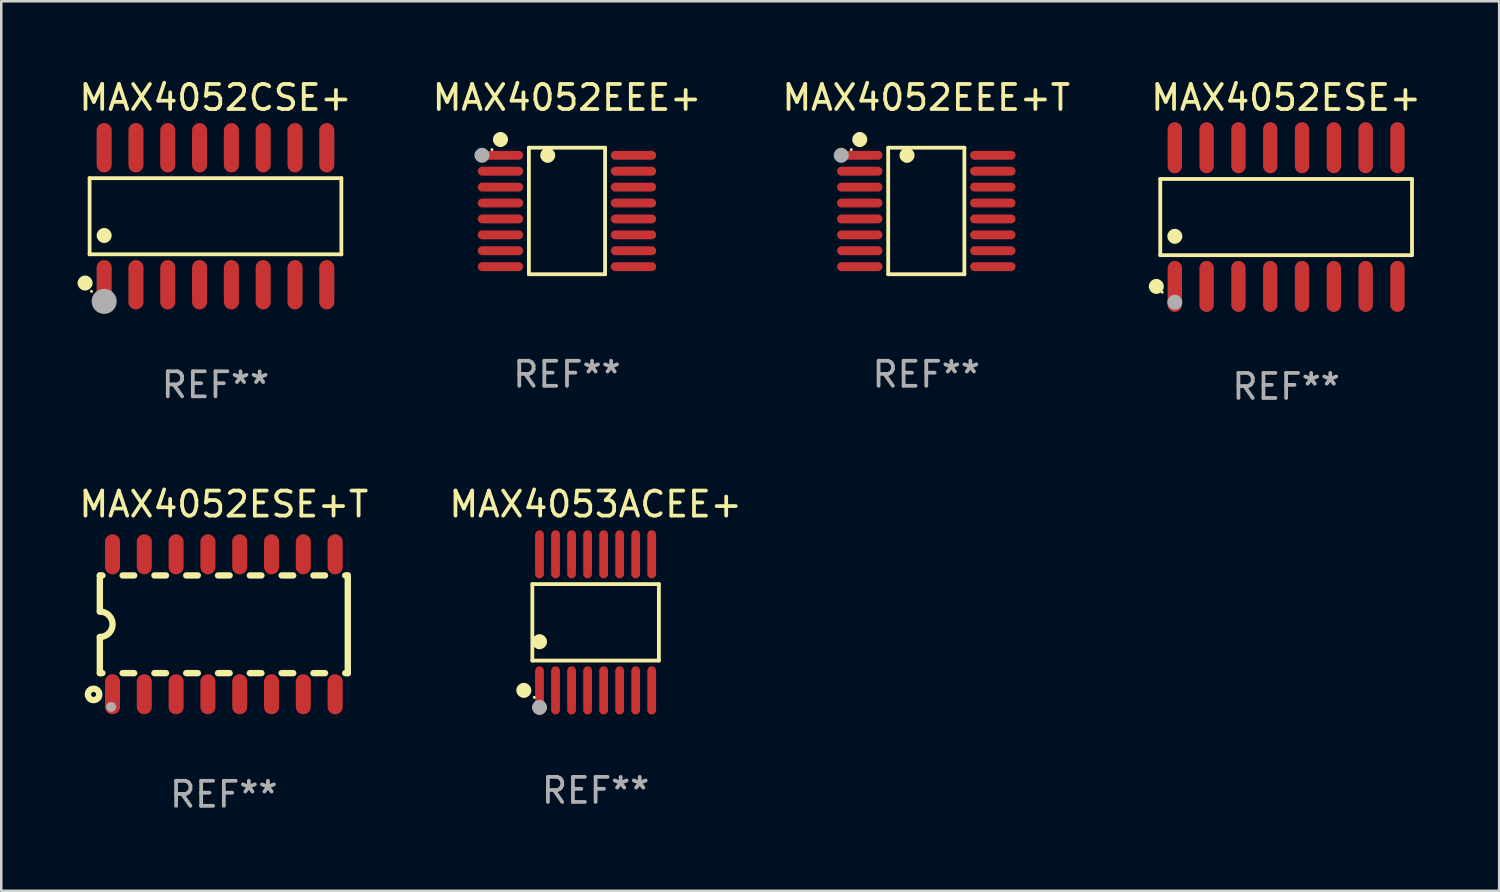
<source format=kicad_pcb>
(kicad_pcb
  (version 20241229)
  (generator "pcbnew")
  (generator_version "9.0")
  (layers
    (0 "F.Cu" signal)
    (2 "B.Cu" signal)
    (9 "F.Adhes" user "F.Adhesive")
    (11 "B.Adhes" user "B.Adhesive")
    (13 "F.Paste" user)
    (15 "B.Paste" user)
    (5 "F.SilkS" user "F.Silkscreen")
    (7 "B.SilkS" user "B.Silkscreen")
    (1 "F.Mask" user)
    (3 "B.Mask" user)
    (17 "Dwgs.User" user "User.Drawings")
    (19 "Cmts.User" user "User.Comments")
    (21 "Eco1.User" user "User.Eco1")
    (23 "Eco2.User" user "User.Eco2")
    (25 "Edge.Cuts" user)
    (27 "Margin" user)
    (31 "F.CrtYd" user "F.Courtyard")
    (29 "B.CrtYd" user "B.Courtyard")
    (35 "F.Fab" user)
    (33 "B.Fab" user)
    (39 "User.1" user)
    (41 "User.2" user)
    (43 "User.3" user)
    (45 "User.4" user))
  (footprint "MAX4052ESE+"
    (layer "F.Cu")
    (at 48.304 5.617)
    (property "Reference" "MAX4052ESE+" (at 0 -4.769 0) (layer "F.SilkS") (effects (font (size 1 1) (thickness 0.15))))
    (attr through_hole)
    (fp_line (start -5.026 -1.521) (end 5.026 -1.521) (stroke (width 0.152) (type solid)) (layer "F.SilkS"))
    (fp_line (start -5.026 1.521) (end -5.026 -1.521) (stroke (width 0.152) (type solid)) (layer "F.SilkS"))
    (fp_line (start 5.026 -1.521) (end 5.026 1.521) (stroke (width 0.152) (type solid)) (layer "F.SilkS"))
    (fp_line (start 5.026 1.521) (end -5.026 1.521) (stroke (width 0.152) (type solid)) (layer "F.SilkS"))
    (fp_circle (center -5.184 2.769) (end -5.034 2.769) (stroke (width 0.3) (type solid)) (fill no) (layer "F.SilkS"))
    (fp_circle (center -4.95 3) (end -4.92 3) (stroke (width 0.06) (type solid)) (fill no) (layer "F.SilkS"))
    (fp_circle (center -4.445 0.769) (end -4.295 0.769) (stroke (width 0.3) (type solid)) (fill no) (layer "F.SilkS"))
    (fp_circle (center -4.445 3.4) (end -4.295 3.4) (stroke (width 0.3) (type solid)) (fill no) (layer "F.Fab"))
    (fp_text user "REF**" (at 0 6.769 0) (layer "F.Fab") (effects (font (size 1 1) (thickness 0.15))))
    (pad "1" smd oval (at -4.445 2.769) (size 0.574 2.038) (layers "F.Cu" "F.Mask" "F.Paste"))
    (pad "2" smd oval (at -3.175 2.769) (size 0.574 2.038) (layers "F.Cu" "F.Mask" "F.Paste"))
    (pad "3" smd oval (at -1.905 2.769) (size 0.574 2.038) (layers "F.Cu" "F.Mask" "F.Paste"))
    (pad "4" smd oval (at -0.635 2.769) (size 0.574 2.038) (layers "F.Cu" "F.Mask" "F.Paste"))
    (pad "5" smd oval (at 0.635 2.769) (size 0.574 2.038) (layers "F.Cu" "F.Mask" "F.Paste"))
    (pad "6" smd oval (at 1.905 2.769) (size 0.574 2.038) (layers "F.Cu" "F.Mask" "F.Paste"))
    (pad "7" smd oval (at 3.175 2.769) (size 0.574 2.038) (layers "F.Cu" "F.Mask" "F.Paste"))
    (pad "8" smd oval (at 4.445 2.769) (size 0.574 2.038) (layers "F.Cu" "F.Mask" "F.Paste"))
    (pad "9" smd oval (at 4.445 -2.769) (size 0.574 2.038) (layers "F.Cu" "F.Mask" "F.Paste"))
    (pad "10" smd oval (at 3.175 -2.769) (size 0.574 2.038) (layers "F.Cu" "F.Mask" "F.Paste"))
    (pad "11" smd oval (at 1.905 -2.769) (size 0.574 2.038) (layers "F.Cu" "F.Mask" "F.Paste"))
    (pad "12" smd oval (at 0.635 -2.769) (size 0.574 2.038) (layers "F.Cu" "F.Mask" "F.Paste"))
    (pad "13" smd oval (at -0.635 -2.769) (size 0.574 2.038) (layers "F.Cu" "F.Mask" "F.Paste"))
    (pad "14" smd oval (at -1.905 -2.769) (size 0.574 2.038) (layers "F.Cu" "F.Mask" "F.Paste"))
    (pad "15" smd oval (at -3.175 -2.769) (size 0.574 2.038) (layers "F.Cu" "F.Mask" "F.Paste"))
    (pad "16" smd oval (at -4.445 -2.769) (size 0.574 2.038) (layers "F.Cu" "F.Mask" "F.Paste")))
  (footprint "MAX4052EEE+"
    (layer "F.Cu")
    (at 19.589 5.374)
    (property "Reference" "MAX4052EEE+" (at 0 -4.526 0) (layer "F.SilkS") (effects (font (size 1 1) (thickness 0.15))))
    (attr through_hole)
    (fp_line (start -1.521 -2.526) (end 1.521 -2.526) (stroke (width 0.152) (type solid)) (layer "F.SilkS"))
    (fp_line (start -1.521 2.526) (end -1.521 -2.526) (stroke (width 0.152) (type solid)) (layer "F.SilkS"))
    (fp_line (start 1.521 -2.526) (end 1.521 2.526) (stroke (width 0.152) (type solid)) (layer "F.SilkS"))
    (fp_line (start 1.521 2.526) (end -1.521 2.526) (stroke (width 0.152) (type solid)) (layer "F.SilkS"))
    (fp_circle (center -2.995 -2.45) (end -2.965 -2.45) (stroke (width 0.06) (type solid)) (fill no) (layer "F.SilkS"))
    (fp_circle (center -2.656 -2.853) (end -2.506 -2.853) (stroke (width 0.3) (type solid)) (fill no) (layer "F.SilkS"))
    (fp_circle (center -0.769 -2.223) (end -0.619 -2.223) (stroke (width 0.3) (type solid)) (fill no) (layer "F.SilkS"))
    (fp_circle (center -3.395 -2.223) (end -3.245 -2.223) (stroke (width 0.3) (type solid)) (fill no) (layer "F.Fab"))
    (fp_text user "REF**" (at 0 6.526 0) (layer "F.Fab") (effects (font (size 1 1) (thickness 0.15))))
    (pad "1" smd oval (at -2.656 -2.223 270) (size 0.356 1.813) (layers "F.Cu" "F.Mask" "F.Paste"))
    (pad "2" smd oval (at -2.656 -1.588 270) (size 0.356 1.813) (layers "F.Cu" "F.Mask" "F.Paste"))
    (pad "3" smd oval (at -2.656 -0.953 270) (size 0.356 1.813) (layers "F.Cu" "F.Mask" "F.Paste"))
    (pad "4" smd oval (at -2.656 -0.318 270) (size 0.356 1.813) (layers "F.Cu" "F.Mask" "F.Paste"))
    (pad "5" smd oval (at -2.656 0.318 270) (size 0.356 1.813) (layers "F.Cu" "F.Mask" "F.Paste"))
    (pad "6" smd oval (at -2.656 0.953 270) (size 0.356 1.813) (layers "F.Cu" "F.Mask" "F.Paste"))
    (pad "7" smd oval (at -2.656 1.588 270) (size 0.356 1.813) (layers "F.Cu" "F.Mask" "F.Paste"))
    (pad "8" smd oval (at -2.656 2.223 270) (size 0.356 1.813) (layers "F.Cu" "F.Mask" "F.Paste"))
    (pad "9" smd oval (at 2.656 2.223 270) (size 0.356 1.813) (layers "F.Cu" "F.Mask" "F.Paste"))
    (pad "10" smd oval (at 2.656 1.588 270) (size 0.356 1.813) (layers "F.Cu" "F.Mask" "F.Paste"))
    (pad "11" smd oval (at 2.656 0.953 270) (size 0.356 1.813) (layers "F.Cu" "F.Mask" "F.Paste"))
    (pad "12" smd oval (at 2.656 0.318 270) (size 0.356 1.813) (layers "F.Cu" "F.Mask" "F.Paste"))
    (pad "13" smd oval (at 2.656 -0.318 270) (size 0.356 1.813) (layers "F.Cu" "F.Mask" "F.Paste"))
    (pad "14" smd oval (at 2.656 -0.953 270) (size 0.356 1.813) (layers "F.Cu" "F.Mask" "F.Paste"))
    (pad "15" smd oval (at 2.656 -1.588 270) (size 0.356 1.813) (layers "F.Cu" "F.Mask" "F.Paste"))
    (pad "16" smd oval (at 2.656 -2.223 270) (size 0.356 1.813) (layers "F.Cu" "F.Mask" "F.Paste")))
  (footprint "MAX4052ESE+T"
    (layer "F.Cu")
    (at 5.887 21.877)
    (property "Reference" "MAX4052ESE+T" (at 0 -4.794 0) (layer "F.SilkS") (effects (font (size 1 1) (thickness 0.15))))
    (attr through_hole)
    (fp_line (start -4.95 -1.95) (end -4.95 -0.508) (stroke (width 0.254) (type solid)) (layer "F.SilkS"))
    (fp_line (start -4.95 -1.95) (end -4.849 -1.95) (stroke (width 0.254) (type solid)) (layer "F.SilkS"))
    (fp_line (start -4.95 1.95) (end -4.95 0.508) (stroke (width 0.254) (type solid)) (layer "F.SilkS"))
    (fp_line (start -4.95 1.95) (end -4.849 1.95) (stroke (width 0.254) (type solid)) (layer "F.SilkS"))
    (fp_line (start -4.041 -1.95) (end -3.579 -1.95) (stroke (width 0.254) (type solid)) (layer "F.SilkS"))
    (fp_line (start -4.041 1.95) (end -3.579 1.95) (stroke (width 0.254) (type solid)) (layer "F.SilkS"))
    (fp_line (start -2.771 -1.95) (end -2.309 -1.95) (stroke (width 0.254) (type solid)) (layer "F.SilkS"))
    (fp_line (start -2.771 1.95) (end -2.309 1.95) (stroke (width 0.254) (type solid)) (layer "F.SilkS"))
    (fp_line (start -1.501 -1.95) (end -1.039 -1.95) (stroke (width 0.254) (type solid)) (layer "F.SilkS"))
    (fp_line (start -1.501 1.95) (end -1.039 1.95) (stroke (width 0.254) (type solid)) (layer "F.SilkS"))
    (fp_line (start -0.231 -1.95) (end 0.231 -1.95) (stroke (width 0.254) (type solid)) (layer "F.SilkS"))
    (fp_line (start -0.231 1.95) (end 0.231 1.95) (stroke (width 0.254) (type solid)) (layer "F.SilkS"))
    (fp_line (start 1.039 -1.95) (end 1.501 -1.95) (stroke (width 0.254) (type solid)) (layer "F.SilkS"))
    (fp_line (start 1.039 1.95) (end 1.501 1.95) (stroke (width 0.254) (type solid)) (layer "F.SilkS"))
    (fp_line (start 2.309 -1.95) (end 2.771 -1.95) (stroke (width 0.254) (type solid)) (layer "F.SilkS"))
    (fp_line (start 2.309 1.95) (end 2.771 1.95) (stroke (width 0.254) (type solid)) (layer "F.SilkS"))
    (fp_line (start 3.579 -1.95) (end 4.041 -1.95) (stroke (width 0.254) (type solid)) (layer "F.SilkS"))
    (fp_line (start 3.579 1.95) (end 4.041 1.95) (stroke (width 0.254) (type solid)) (layer "F.SilkS"))
    (fp_line (start 4.849 -1.95) (end 4.95 -1.95) (stroke (width 0.254) (type solid)) (layer "F.SilkS"))
    (fp_line (start 4.849 1.95) (end 4.95 1.95) (stroke (width 0.254) (type solid)) (layer "F.SilkS"))
    (fp_line (start 4.95 -1.95) (end 4.95 1.95) (stroke (width 0.254) (type solid)) (layer "F.SilkS"))
    (fp_arc (start -4.95047 -0.508001) (mid -4.442469 -0.000228) (end -4.950013 0.508001) (stroke (width 0.254001) (type solid)) (layer "F.SilkS"))
    (fp_circle (center -5.2 2.8) (end -5.1 2.8) (stroke (width 0.254) (type solid)) (fill no) (layer "F.SilkS"))
    (fp_circle (center -4.95 2.947) (end -4.92 2.947) (stroke (width 0.06) (type solid)) (fill no) (layer "F.SilkS"))
    (fp_circle (center -4.5 3.3) (end -4.4 3.3) (stroke (width 0.2) (type solid)) (fill no) (layer "F.Fab"))
    (fp_text user "REF**" (at 0 6.794 0) (layer "F.Fab") (effects (font (size 1 1) (thickness 0.15))))
    (pad "1" smd oval (at -4.445 2.794) (size 0.6 1.6) (layers "F.Cu" "F.Mask" "F.Paste"))
    (pad "2" smd oval (at -3.175 2.794) (size 0.6 1.6) (layers "F.Cu" "F.Mask" "F.Paste"))
    (pad "3" smd oval (at -1.905 2.794) (size 0.6 1.6) (layers "F.Cu" "F.Mask" "F.Paste"))
    (pad "4" smd oval (at -0.635 2.794) (size 0.6 1.6) (layers "F.Cu" "F.Mask" "F.Paste"))
    (pad "5" smd oval (at 0.635 2.794) (size 0.6 1.6) (layers "F.Cu" "F.Mask" "F.Paste"))
    (pad "6" smd oval (at 1.905 2.794) (size 0.6 1.6) (layers "F.Cu" "F.Mask" "F.Paste"))
    (pad "7" smd oval (at 3.175 2.794) (size 0.6 1.6) (layers "F.Cu" "F.Mask" "F.Paste"))
    (pad "8" smd oval (at 4.445 2.794) (size 0.6 1.6) (layers "F.Cu" "F.Mask" "F.Paste"))
    (pad "9" smd oval (at 4.445 -2.794) (size 0.6 1.6) (layers "F.Cu" "F.Mask" "F.Paste"))
    (pad "10" smd oval (at 3.175 -2.794) (size 0.6 1.6) (layers "F.Cu" "F.Mask" "F.Paste"))
    (pad "11" smd oval (at 1.905 -2.794) (size 0.6 1.6) (layers "F.Cu" "F.Mask" "F.Paste"))
    (pad "12" smd oval (at 0.635 -2.794) (size 0.6 1.6) (layers "F.Cu" "F.Mask" "F.Paste"))
    (pad "13" smd oval (at -0.635 -2.794) (size 0.6 1.6) (layers "F.Cu" "F.Mask" "F.Paste"))
    (pad "14" smd oval (at -1.905 -2.794) (size 0.6 1.6) (layers "F.Cu" "F.Mask" "F.Paste"))
    (pad "15" smd oval (at -3.175 -2.794) (size 0.6 1.6) (layers "F.Cu" "F.Mask" "F.Paste"))
    (pad "16" smd oval (at -4.445 -2.794) (size 0.6 1.6) (layers "F.Cu" "F.Mask" "F.Paste")))
  (footprint "MAX4053ACEE+"
    (layer "F.Cu")
    (at 20.732 21.799)
    (property "Reference" "MAX4053ACEE+" (at 0 -4.716 0) (layer "F.SilkS") (effects (font (size 1 1) (thickness 0.15))))
    (attr through_hole)
    (fp_line (start -2.526 -1.526) (end 2.526 -1.526) (stroke (width 0.152) (type solid)) (layer "F.SilkS"))
    (fp_line (start -2.526 1.526) (end -2.526 -1.526) (stroke (width 0.152) (type solid)) (layer "F.SilkS"))
    (fp_line (start 2.526 -1.526) (end 2.526 1.526) (stroke (width 0.152) (type solid)) (layer "F.SilkS"))
    (fp_line (start 2.526 1.526) (end -2.526 1.526) (stroke (width 0.152) (type solid)) (layer "F.SilkS"))
    (fp_circle (center -2.867 2.716) (end -2.717 2.716) (stroke (width 0.3) (type solid)) (fill no) (layer "F.SilkS"))
    (fp_circle (center -2.45 2.997) (end -2.42 2.997) (stroke (width 0.06) (type solid)) (fill no) (layer "F.SilkS"))
    (fp_circle (center -2.24 0.774) (end -2.09 0.774) (stroke (width 0.3) (type solid)) (fill no) (layer "F.SilkS"))
    (fp_circle (center -2.24 3.398) (end -2.09 3.398) (stroke (width 0.3) (type solid)) (fill no) (layer "F.Fab"))
    (fp_text user "REF**" (at 0 6.716 0) (layer "F.Fab") (effects (font (size 1 1) (thickness 0.15))))
    (pad "1" smd oval (at -2.24 2.716) (size 0.35 1.922) (layers "F.Cu" "F.Mask" "F.Paste"))
    (pad "2" smd oval (at -1.6 2.716) (size 0.35 1.922) (layers "F.Cu" "F.Mask" "F.Paste"))
    (pad "3" smd oval (at -0.96 2.716) (size 0.35 1.922) (layers "F.Cu" "F.Mask" "F.Paste"))
    (pad "4" smd oval (at -0.32 2.716) (size 0.35 1.922) (layers "F.Cu" "F.Mask" "F.Paste"))
    (pad "5" smd oval (at 0.32 2.716) (size 0.35 1.922) (layers "F.Cu" "F.Mask" "F.Paste"))
    (pad "6" smd oval (at 0.96 2.716) (size 0.35 1.922) (layers "F.Cu" "F.Mask" "F.Paste"))
    (pad "7" smd oval (at 1.6 2.716) (size 0.35 1.922) (layers "F.Cu" "F.Mask" "F.Paste"))
    (pad "8" smd oval (at 2.24 2.716) (size 0.35 1.922) (layers "F.Cu" "F.Mask" "F.Paste"))
    (pad "9" smd oval (at 2.24 -2.716) (size 0.35 1.922) (layers "F.Cu" "F.Mask" "F.Paste"))
    (pad "10" smd oval (at 1.6 -2.716) (size 0.35 1.922) (layers "F.Cu" "F.Mask" "F.Paste"))
    (pad "11" smd oval (at 0.96 -2.716) (size 0.35 1.922) (layers "F.Cu" "F.Mask" "F.Paste"))
    (pad "12" smd oval (at 0.32 -2.716) (size 0.35 1.922) (layers "F.Cu" "F.Mask" "F.Paste"))
    (pad "13" smd oval (at -0.32 -2.716) (size 0.35 1.922) (layers "F.Cu" "F.Mask" "F.Paste"))
    (pad "14" smd oval (at -0.96 -2.716) (size 0.35 1.922) (layers "F.Cu" "F.Mask" "F.Paste"))
    (pad "15" smd oval (at -1.6 -2.716) (size 0.35 1.922) (layers "F.Cu" "F.Mask" "F.Paste"))
    (pad "16" smd oval (at -2.24 -2.716) (size 0.35 1.922) (layers "F.Cu" "F.Mask" "F.Paste")))
  (footprint "MAX4052CSE+"
    (layer "F.Cu")
    (at 5.554 5.584)
    (property "Reference" "MAX4052CSE+" (at 0 -4.736 0) (layer "F.SilkS") (effects (font (size 1 1) (thickness 0.15))))
    (attr through_hole)
    (fp_line (start -5.026 -1.521) (end 5.026 -1.521) (stroke (width 0.152) (type solid)) (layer "F.SilkS"))
    (fp_line (start -5.026 1.521) (end -5.026 -1.521) (stroke (width 0.152) (type solid)) (layer "F.SilkS"))
    (fp_line (start 5.026 -1.521) (end 5.026 1.521) (stroke (width 0.152) (type solid)) (layer "F.SilkS"))
    (fp_line (start 5.026 1.521) (end -5.026 1.521) (stroke (width 0.152) (type solid)) (layer "F.SilkS"))
    (fp_circle (center -5.207 2.667) (end -5.057 2.667) (stroke (width 0.3) (type solid)) (fill no) (layer "F.SilkS"))
    (fp_circle (center -4.95 3) (end -4.92 3) (stroke (width 0.06) (type solid)) (fill no) (layer "F.SilkS"))
    (fp_circle (center -4.445 0.769) (end -4.295 0.769) (stroke (width 0.3) (type solid)) (fill no) (layer "F.SilkS"))
    (fp_circle (center -4.445 3.4) (end -4.195 3.4) (stroke (width 0.5) (type solid)) (fill no) (layer "F.Fab"))
    (fp_text user "REF**" (at 0 6.736 0) (layer "F.Fab") (effects (font (size 1 1) (thickness 0.15))))
    (pad "1" smd oval (at -4.445 2.736) (size 0.602 1.971) (layers "F.Cu" "F.Mask" "F.Paste"))
    (pad "2" smd oval (at -3.175 2.736) (size 0.602 1.971) (layers "F.Cu" "F.Mask" "F.Paste"))
    (pad "3" smd oval (at -1.905 2.736) (size 0.602 1.971) (layers "F.Cu" "F.Mask" "F.Paste"))
    (pad "4" smd oval (at -0.635 2.736) (size 0.602 1.971) (layers "F.Cu" "F.Mask" "F.Paste"))
    (pad "5" smd oval (at 0.635 2.736) (size 0.602 1.971) (layers "F.Cu" "F.Mask" "F.Paste"))
    (pad "6" smd oval (at 1.905 2.736) (size 0.602 1.971) (layers "F.Cu" "F.Mask" "F.Paste"))
    (pad "7" smd oval (at 3.175 2.736) (size 0.602 1.971) (layers "F.Cu" "F.Mask" "F.Paste"))
    (pad "8" smd oval (at 4.445 2.736) (size 0.602 1.971) (layers "F.Cu" "F.Mask" "F.Paste"))
    (pad "9" smd oval (at 4.445 -2.736) (size 0.602 1.971) (layers "F.Cu" "F.Mask" "F.Paste"))
    (pad "10" smd oval (at 3.175 -2.736) (size 0.602 1.971) (layers "F.Cu" "F.Mask" "F.Paste"))
    (pad "11" smd oval (at 1.905 -2.736) (size 0.602 1.971) (layers "F.Cu" "F.Mask" "F.Paste"))
    (pad "12" smd oval (at 0.635 -2.736) (size 0.602 1.971) (layers "F.Cu" "F.Mask" "F.Paste"))
    (pad "13" smd oval (at -0.635 -2.736) (size 0.602 1.971) (layers "F.Cu" "F.Mask" "F.Paste"))
    (pad "14" smd oval (at -1.905 -2.736) (size 0.602 1.971) (layers "F.Cu" "F.Mask" "F.Paste"))
    (pad "15" smd oval (at -3.175 -2.736) (size 0.602 1.971) (layers "F.Cu" "F.Mask" "F.Paste"))
    (pad "16" smd oval (at -4.445 -2.736) (size 0.602 1.971) (layers "F.Cu" "F.Mask" "F.Paste")))
  (footprint "MAX4052EEE+T"
    (layer "F.Cu")
    (at 33.935 5.374)
    (property "Reference" "MAX4052EEE+T" (at 0 -4.526 0) (layer "F.SilkS") (effects (font (size 1 1) (thickness 0.15))))
    (attr through_hole)
    (fp_line (start -1.521 -2.526) (end 1.521 -2.526) (stroke (width 0.152) (type solid)) (layer "F.SilkS"))
    (fp_line (start -1.521 2.526) (end -1.521 -2.526) (stroke (width 0.152) (type solid)) (layer "F.SilkS"))
    (fp_line (start 1.521 -2.526) (end 1.521 2.526) (stroke (width 0.152) (type solid)) (layer "F.SilkS"))
    (fp_line (start 1.521 2.526) (end -1.521 2.526) (stroke (width 0.152) (type solid)) (layer "F.SilkS"))
    (fp_circle (center -2.995 -2.45) (end -2.965 -2.45) (stroke (width 0.06) (type solid)) (fill no) (layer "F.SilkS"))
    (fp_circle (center -2.656 -2.853) (end -2.506 -2.853) (stroke (width 0.3) (type solid)) (fill no) (layer "F.SilkS"))
    (fp_circle (center -0.769 -2.223) (end -0.619 -2.223) (stroke (width 0.3) (type solid)) (fill no) (layer "F.SilkS"))
    (fp_circle (center -3.395 -2.223) (end -3.245 -2.223) (stroke (width 0.3) (type solid)) (fill no) (layer "F.Fab"))
    (fp_text user "REF**" (at 0 6.526 0) (layer "F.Fab") (effects (font (size 1 1) (thickness 0.15))))
    (pad "1" smd oval (at -2.656 -2.223 270) (size 0.356 1.813) (layers "F.Cu" "F.Mask" "F.Paste"))
    (pad "2" smd oval (at -2.656 -1.588 270) (size 0.356 1.813) (layers "F.Cu" "F.Mask" "F.Paste"))
    (pad "3" smd oval (at -2.656 -0.953 270) (size 0.356 1.813) (layers "F.Cu" "F.Mask" "F.Paste"))
    (pad "4" smd oval (at -2.656 -0.318 270) (size 0.356 1.813) (layers "F.Cu" "F.Mask" "F.Paste"))
    (pad "5" smd oval (at -2.656 0.318 270) (size 0.356 1.813) (layers "F.Cu" "F.Mask" "F.Paste"))
    (pad "6" smd oval (at -2.656 0.953 270) (size 0.356 1.813) (layers "F.Cu" "F.Mask" "F.Paste"))
    (pad "7" smd oval (at -2.656 1.588 270) (size 0.356 1.813) (layers "F.Cu" "F.Mask" "F.Paste"))
    (pad "8" smd oval (at -2.656 2.223 270) (size 0.356 1.813) (layers "F.Cu" "F.Mask" "F.Paste"))
    (pad "9" smd oval (at 2.656 2.223 270) (size 0.356 1.813) (layers "F.Cu" "F.Mask" "F.Paste"))
    (pad "10" smd oval (at 2.656 1.588 270) (size 0.356 1.813) (layers "F.Cu" "F.Mask" "F.Paste"))
    (pad "11" smd oval (at 2.656 0.953 270) (size 0.356 1.813) (layers "F.Cu" "F.Mask" "F.Paste"))
    (pad "12" smd oval (at 2.656 0.318 270) (size 0.356 1.813) (layers "F.Cu" "F.Mask" "F.Paste"))
    (pad "13" smd oval (at 2.656 -0.318 270) (size 0.356 1.813) (layers "F.Cu" "F.Mask" "F.Paste"))
    (pad "14" smd oval (at 2.656 -0.953 270) (size 0.356 1.813) (layers "F.Cu" "F.Mask" "F.Paste"))
    (pad "15" smd oval (at 2.656 -1.588 270) (size 0.356 1.813) (layers "F.Cu" "F.Mask" "F.Paste"))
    (pad "16" smd oval (at 2.656 -2.223 270) (size 0.356 1.813) (layers "F.Cu" "F.Mask" "F.Paste")))
  (gr_rect
    (start -3 -3)
    (end 56.81 32.519)
    (stroke (width 0.1) (type default))
    (fill no)
    (layer "Edge.Cuts")))
</source>
